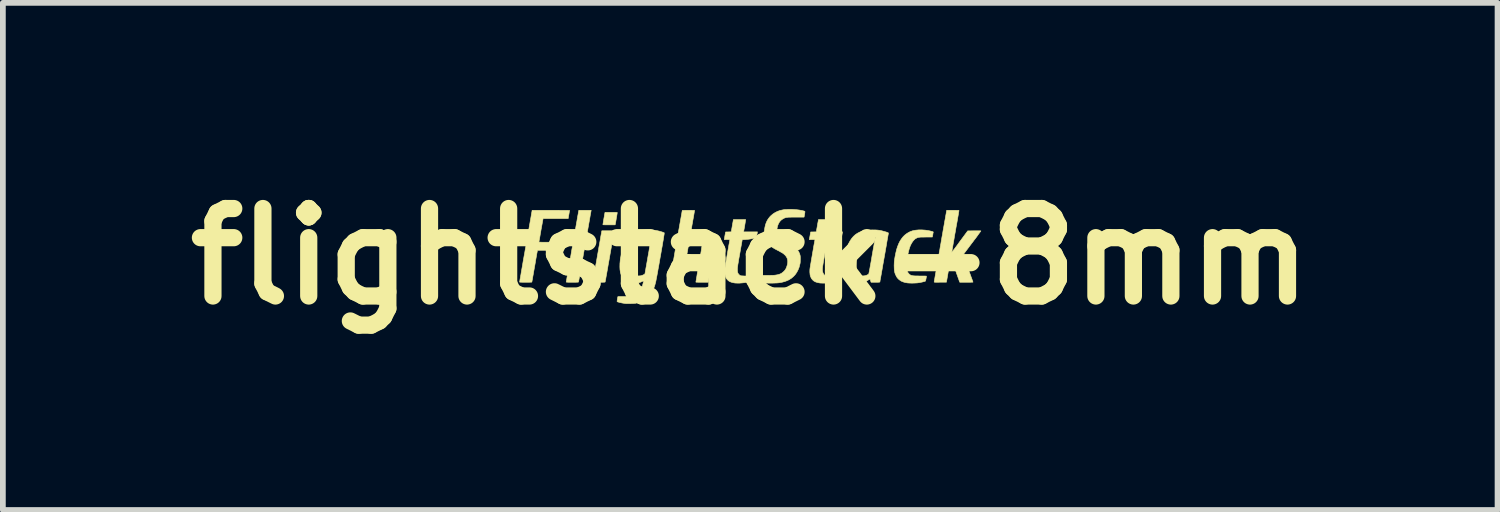
<source format=kicad_pcb>
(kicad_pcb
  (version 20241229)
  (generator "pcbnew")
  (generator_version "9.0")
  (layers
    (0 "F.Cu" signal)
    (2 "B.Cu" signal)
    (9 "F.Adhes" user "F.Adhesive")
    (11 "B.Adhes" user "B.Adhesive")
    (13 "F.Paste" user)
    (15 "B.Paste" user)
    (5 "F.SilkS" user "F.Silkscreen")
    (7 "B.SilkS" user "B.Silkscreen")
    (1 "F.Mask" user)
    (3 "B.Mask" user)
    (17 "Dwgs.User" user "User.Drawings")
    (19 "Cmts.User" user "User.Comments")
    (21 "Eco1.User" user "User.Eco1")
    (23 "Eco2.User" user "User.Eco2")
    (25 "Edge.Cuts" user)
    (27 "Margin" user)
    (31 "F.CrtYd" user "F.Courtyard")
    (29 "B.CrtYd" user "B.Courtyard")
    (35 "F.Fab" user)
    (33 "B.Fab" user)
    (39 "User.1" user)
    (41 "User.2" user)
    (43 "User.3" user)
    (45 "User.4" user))
  (footprint "flightstack-8mm"
    (layer "F.Cu")
    (at 10.022 1.418)
    (property "Reference" "flightstack-8mm" (at 0 0 0) (layer "F.SilkS") (effects (font (size 1.524 1.524) (thickness 0.3))))
    (attr through_hole)
    (fp_poly (pts (xy -2.399 -0.768) (xy -2.376 -0.768) (xy -2.355 -0.768) (xy -2.338 -0.767) (xy -2.326 -0.767) (xy -2.319 -0.766) (xy -2.317 -0.766) (xy -2.317 -0.763) (xy -2.318 -0.754) (xy -2.32 -0.74) (xy -2.323 -0.723) (xy -2.326 -0.703) (xy -2.33 -0.682) (xy -2.334 -0.66) (xy -2.337 -0.637) (xy -2.341 -0.616) (xy -2.344 -0.596) (xy -2.347 -0.58) (xy -2.35 -0.566) (xy -2.352 -0.558) (xy -2.352 -0.557) (xy -2.354 -0.55) (xy -2.459 -0.55) (xy -2.485 -0.55) (xy -2.508 -0.55) (xy -2.529 -0.55) (xy -2.545 -0.551) (xy -2.558 -0.551) (xy -2.565 -0.552) (xy -2.567 -0.552) (xy -2.566 -0.556) (xy -2.565 -0.565) (xy -2.563 -0.579) (xy -2.56 -0.596) (xy -2.557 -0.617) (xy -2.553 -0.64) (xy -2.549 -0.664) (xy -2.544 -0.69) (xy -2.54 -0.715) (xy -2.536 -0.738) (xy -2.532 -0.758) (xy -2.53 -0.768) (xy -2.424 -0.768) (xy -2.399 -0.768)) (stroke (width 0.01) (type solid)) (fill yes) (layer "F.SilkS"))
    (fp_poly (pts (xy -2.454 -0.447) (xy -2.43 -0.447) (xy -2.41 -0.446) (xy -2.393 -0.446) (xy -2.381 -0.445) (xy -2.373 -0.445) (xy -2.372 -0.445) (xy -2.372 -0.441) (xy -2.374 -0.432) (xy -2.376 -0.417) (xy -2.379 -0.397) (xy -2.384 -0.373) (xy -2.388 -0.345) (xy -2.394 -0.313) (xy -2.4 -0.277) (xy -2.407 -0.239) (xy -2.414 -0.198) (xy -2.421 -0.156) (xy -2.429 -0.112) (xy -2.437 -0.066) (xy -2.445 -0.021) (xy -2.453 0.025) (xy -2.461 0.071) (xy -2.469 0.116) (xy -2.477 0.16) (xy -2.484 0.203) (xy -2.491 0.243) (xy -2.498 0.281) (xy -2.504 0.316) (xy -2.51 0.348) (xy -2.515 0.376) (xy -2.519 0.4) (xy -2.523 0.419) (xy -2.526 0.433) (xy -2.527 0.442) (xy -2.528 0.445) (xy -2.529 0.446) (xy -2.531 0.447) (xy -2.535 0.448) (xy -2.541 0.449) (xy -2.551 0.449) (xy -2.564 0.45) (xy -2.581 0.45) (xy -2.604 0.45) (xy -2.632 0.45) (xy -2.636 0.45) (xy -2.662 0.45) (xy -2.685 0.45) (xy -2.705 0.449) (xy -2.722 0.449) (xy -2.734 0.448) (xy -2.741 0.448) (xy -2.743 0.447) (xy -2.742 0.444) (xy -2.74 0.435) (xy -2.738 0.42) (xy -2.734 0.4) (xy -2.73 0.376) (xy -2.725 0.347) (xy -2.72 0.315) (xy -2.713 0.279) (xy -2.707 0.241) (xy -2.7 0.2) (xy -2.692 0.158) (xy -2.684 0.114) (xy -2.676 0.069) (xy -2.668 0.023) (xy -2.66 -0.023) (xy -2.652 -0.069) (xy -2.644 -0.114) (xy -2.637 -0.158) (xy -2.629 -0.2) (xy -2.622 -0.24) (xy -2.615 -0.278) (xy -2.609 -0.313) (xy -2.604 -0.345) (xy -2.599 -0.373) (xy -2.594 -0.396) (xy -2.591 -0.415) (xy -2.589 -0.429) (xy -2.587 -0.437) (xy -2.587 -0.44) (xy -2.585 -0.447) (xy -2.479 -0.447) (xy -2.454 -0.447)) (stroke (width 0.01) (type solid)) (fill yes) (layer "F.SilkS"))
    (fp_poly (pts (xy -2.773 -0.795) (xy -2.774 -0.791) (xy -2.775 -0.781) (xy -2.778 -0.765) (xy -2.782 -0.744) (xy -2.787 -0.718) (xy -2.792 -0.687) (xy -2.798 -0.651) (xy -2.805 -0.612) (xy -2.813 -0.568) (xy -2.821 -0.521) (xy -2.83 -0.471) (xy -2.839 -0.417) (xy -2.849 -0.362) (xy -2.859 -0.304) (xy -2.87 -0.243) (xy -2.881 -0.182) (xy -2.882 -0.172) (xy -2.893 -0.11) (xy -2.904 -0.05) (xy -2.914 0.008) (xy -2.924 0.064) (xy -2.933 0.118) (xy -2.942 0.168) (xy -2.951 0.216) (xy -2.958 0.259) (xy -2.965 0.299) (xy -2.972 0.335) (xy -2.977 0.366) (xy -2.982 0.393) (xy -2.986 0.415) (xy -2.989 0.431) (xy -2.991 0.441) (xy -2.992 0.446) (xy -2.992 0.446) (xy -2.994 0.447) (xy -2.999 0.448) (xy -3.007 0.449) (xy -3.02 0.449) (xy -3.038 0.45) (xy -3.06 0.45) (xy -3.089 0.45) (xy -3.099 0.45) (xy -3.128 0.45) (xy -3.152 0.45) (xy -3.17 0.45) (xy -3.183 0.449) (xy -3.193 0.449) (xy -3.2 0.448) (xy -3.203 0.447) (xy -3.205 0.446) (xy -3.206 0.445) (xy -3.205 0.441) (xy -3.203 0.432) (xy -3.201 0.417) (xy -3.197 0.396) (xy -3.193 0.371) (xy -3.188 0.342) (xy -3.182 0.308) (xy -3.175 0.27) (xy -3.168 0.23) (xy -3.161 0.186) (xy -3.153 0.14) (xy -3.144 0.091) (xy -3.135 0.04) (xy -3.126 -0.011) (xy -3.117 -0.065) (xy -3.108 -0.118) (xy -3.098 -0.172) (xy -3.089 -0.227) (xy -3.079 -0.28) (xy -3.07 -0.333) (xy -3.061 -0.385) (xy -3.052 -0.436) (xy -3.043 -0.484) (xy -3.035 -0.531) (xy -3.028 -0.574) (xy -3.02 -0.615) (xy -3.014 -0.652) (xy -3.008 -0.686) (xy -3.003 -0.715) (xy -2.998 -0.74) (xy -2.995 -0.76) (xy -2.992 -0.775) (xy -2.99 -0.784) (xy -2.99 -0.787) (xy -2.986 -0.804) (xy -2.771 -0.804) (xy -2.773 -0.795)) (stroke (width 0.01) (type solid)) (fill yes) (layer "F.SilkS"))
    (fp_poly (pts (xy 3.05 -0.458) (xy 3.109 -0.449) (xy 3.128 -0.445) (xy 3.145 -0.441) (xy 3.161 -0.437) (xy 3.175 -0.433) (xy 3.184 -0.429) (xy 3.189 -0.427) (xy 3.189 -0.426) (xy 3.189 -0.423) (xy 3.188 -0.414) (xy 3.185 -0.403) (xy 3.183 -0.389) (xy 3.181 -0.375) (xy 3.178 -0.362) (xy 3.176 -0.352) (xy 3.175 -0.346) (xy 3.175 -0.345) (xy 3.173 -0.338) (xy 3.066 -0.338) (xy 3.033 -0.337) (xy 3.005 -0.337) (xy 2.982 -0.337) (xy 2.964 -0.336) (xy 2.948 -0.334) (xy 2.935 -0.332) (xy 2.924 -0.33) (xy 2.913 -0.326) (xy 2.903 -0.322) (xy 2.896 -0.318) (xy 2.873 -0.305) (xy 2.852 -0.285) (xy 2.831 -0.26) (xy 2.812 -0.23) (xy 2.794 -0.197) (xy 2.78 -0.161) (xy 2.77 -0.13) (xy 2.76 -0.093) (xy 2.751 -0.053) (xy 2.743 -0.012) (xy 2.735 0.031) (xy 2.73 0.072) (xy 2.726 0.111) (xy 2.724 0.146) (xy 2.723 0.161) (xy 2.724 0.197) (xy 2.728 0.228) (xy 2.735 0.254) (xy 2.745 0.276) (xy 2.758 0.295) (xy 2.769 0.307) (xy 2.778 0.315) (xy 2.787 0.321) (xy 2.797 0.327) (xy 2.808 0.331) (xy 2.821 0.334) (xy 2.838 0.337) (xy 2.857 0.339) (xy 2.881 0.34) (xy 2.909 0.34) (xy 2.943 0.341) (xy 2.965 0.341) (xy 2.996 0.341) (xy 3.02 0.341) (xy 3.039 0.341) (xy 3.053 0.342) (xy 3.063 0.343) (xy 3.068 0.343) (xy 3.07 0.345) (xy 3.071 0.345) (xy 3.07 0.352) (xy 3.068 0.363) (xy 3.066 0.376) (xy 3.063 0.391) (xy 3.06 0.405) (xy 3.057 0.417) (xy 3.055 0.426) (xy 3.053 0.43) (xy 3.048 0.432) (xy 3.038 0.436) (xy 3.024 0.439) (xy 3.008 0.444) (xy 2.989 0.448) (xy 2.97 0.452) (xy 2.951 0.456) (xy 2.935 0.458) (xy 2.915 0.461) (xy 2.89 0.463) (xy 2.862 0.464) (xy 2.833 0.465) (xy 2.804 0.465) (xy 2.778 0.464) (xy 2.754 0.463) (xy 2.737 0.461) (xy 2.707 0.456) (xy 2.677 0.448) (xy 2.649 0.438) (xy 2.626 0.427) (xy 2.624 0.425) (xy 2.612 0.417) (xy 2.598 0.407) (xy 2.584 0.395) (xy 2.579 0.39) (xy 2.567 0.377) (xy 2.557 0.364) (xy 2.549 0.351) (xy 2.54 0.333) (xy 2.53 0.312) (xy 2.522 0.291) (xy 2.517 0.271) (xy 2.513 0.249) (xy 2.51 0.224) (xy 2.509 0.195) (xy 2.509 0.189) (xy 2.508 0.159) (xy 2.509 0.131) (xy 2.51 0.104) (xy 2.513 0.075) (xy 2.517 0.044) (xy 2.523 0.008) (xy 2.524 0.002) (xy 2.537 -0.062) (xy 2.551 -0.121) (xy 2.568 -0.173) (xy 2.587 -0.221) (xy 2.609 -0.265) (xy 2.634 -0.304) (xy 2.661 -0.339) (xy 2.662 -0.34) (xy 2.688 -0.367) (xy 2.719 -0.392) (xy 2.753 -0.414) (xy 2.788 -0.432) (xy 2.822 -0.444) (xy 2.831 -0.447) (xy 2.882 -0.457) (xy 2.936 -0.462) (xy 2.992 -0.462) (xy 3.05 -0.458)) (stroke (width 0.01) (type solid)) (fill yes) (layer "F.SilkS"))
    (fp_poly (pts (xy -3.428 -0.804) (xy -3.385 -0.804) (xy -3.344 -0.804) (xy -3.306 -0.803) (xy -3.271 -0.803) (xy -3.239 -0.803) (xy -3.211 -0.803) (xy -3.188 -0.803) (xy -3.17 -0.802) (xy -3.157 -0.802) (xy -3.149 -0.802) (xy -3.148 -0.801) (xy -3.148 -0.798) (xy -3.15 -0.789) (xy -3.152 -0.775) (xy -3.155 -0.758) (xy -3.158 -0.738) (xy -3.16 -0.729) (xy -3.172 -0.659) (xy -3.609 -0.659) (xy -3.646 -0.456) (xy -3.652 -0.42) (xy -3.658 -0.387) (xy -3.663 -0.356) (xy -3.668 -0.328) (xy -3.672 -0.303) (xy -3.676 -0.283) (xy -3.679 -0.267) (xy -3.681 -0.256) (xy -3.681 -0.25) (xy -3.682 -0.25) (xy -3.678 -0.25) (xy -3.669 -0.249) (xy -3.655 -0.249) (xy -3.636 -0.248) (xy -3.613 -0.248) (xy -3.586 -0.248) (xy -3.557 -0.248) (xy -3.524 -0.248) (xy -3.5 -0.248) (xy -3.459 -0.248) (xy -3.425 -0.247) (xy -3.396 -0.247) (xy -3.373 -0.247) (xy -3.354 -0.247) (xy -3.34 -0.246) (xy -3.33 -0.246) (xy -3.323 -0.245) (xy -3.319 -0.244) (xy -3.318 -0.244) (xy -3.319 -0.239) (xy -3.32 -0.23) (xy -3.322 -0.216) (xy -3.325 -0.199) (xy -3.329 -0.179) (xy -3.329 -0.175) (xy -3.333 -0.156) (xy -3.336 -0.138) (xy -3.338 -0.124) (xy -3.34 -0.114) (xy -3.341 -0.109) (xy -3.341 -0.109) (xy -3.344 -0.108) (xy -3.353 -0.108) (xy -3.367 -0.107) (xy -3.386 -0.107) (xy -3.409 -0.107) (xy -3.436 -0.106) (xy -3.466 -0.106) (xy -3.498 -0.106) (xy -3.524 -0.106) (xy -3.707 -0.106) (xy -3.709 -0.099) (xy -3.709 -0.095) (xy -3.711 -0.085) (xy -3.714 -0.069) (xy -3.718 -0.049) (xy -3.722 -0.024) (xy -3.727 0.005) (xy -3.733 0.037) (xy -3.739 0.072) (xy -3.745 0.11) (xy -3.752 0.149) (xy -3.757 0.176) (xy -3.764 0.217) (xy -3.771 0.256) (xy -3.777 0.292) (xy -3.783 0.326) (xy -3.789 0.357) (xy -3.793 0.384) (xy -3.797 0.406) (xy -3.801 0.425) (xy -3.803 0.438) (xy -3.805 0.445) (xy -3.805 0.447) (xy -3.809 0.448) (xy -3.818 0.449) (xy -3.831 0.449) (xy -3.849 0.45) (xy -3.868 0.45) (xy -3.89 0.45) (xy -3.913 0.45) (xy -3.935 0.45) (xy -3.957 0.45) (xy -3.977 0.45) (xy -3.994 0.449) (xy -4.007 0.449) (xy -4.016 0.448) (xy -4.019 0.447) (xy -4.019 0.447) (xy -4.018 0.444) (xy -4.017 0.435) (xy -4.014 0.42) (xy -4.011 0.4) (xy -4.006 0.375) (xy -4.001 0.345) (xy -3.995 0.312) (xy -3.989 0.274) (xy -3.982 0.234) (xy -3.974 0.19) (xy -3.966 0.144) (xy -3.958 0.095) (xy -3.949 0.045) (xy -3.94 -0.007) (xy -3.93 -0.06) (xy -3.921 -0.114) (xy -3.911 -0.168) (xy -3.902 -0.223) (xy -3.892 -0.277) (xy -3.883 -0.33) (xy -3.874 -0.382) (xy -3.865 -0.433) (xy -3.856 -0.482) (xy -3.848 -0.529) (xy -3.84 -0.573) (xy -3.833 -0.614) (xy -3.826 -0.652) (xy -3.82 -0.687) (xy -3.815 -0.717) (xy -3.811 -0.743) (xy -3.807 -0.764) (xy -3.804 -0.78) (xy -3.802 -0.79) (xy -3.802 -0.793) (xy -3.8 -0.804) (xy -3.474 -0.804) (xy -3.428 -0.804)) (stroke (width 0.01) (type solid)) (fill yes) (layer "F.SilkS"))
    (fp_poly (pts (xy 3.556 -0.804) (xy 3.579 -0.804) (xy 3.599 -0.803) (xy 3.616 -0.803) (xy 3.629 -0.802) (xy 3.636 -0.802) (xy 3.637 -0.801) (xy 3.637 -0.798) (xy 3.636 -0.789) (xy 3.633 -0.774) (xy 3.63 -0.754) (xy 3.626 -0.729) (xy 3.621 -0.7) (xy 3.615 -0.667) (xy 3.609 -0.63) (xy 3.602 -0.591) (xy 3.594 -0.548) (xy 3.586 -0.504) (xy 3.578 -0.457) (xy 3.575 -0.437) (xy 3.566 -0.39) (xy 3.558 -0.344) (xy 3.551 -0.301) (xy 3.544 -0.26) (xy 3.537 -0.222) (xy 3.531 -0.187) (xy 3.526 -0.156) (xy 3.521 -0.13) (xy 3.517 -0.108) (xy 3.515 -0.09) (xy 3.513 -0.079) (xy 3.512 -0.073) (xy 3.512 -0.072) (xy 3.514 -0.074) (xy 3.519 -0.08) (xy 3.528 -0.092) (xy 3.539 -0.107) (xy 3.554 -0.125) (xy 3.57 -0.147) (xy 3.589 -0.172) (xy 3.609 -0.199) (xy 3.63 -0.228) (xy 3.651 -0.257) (xy 3.79 -0.445) (xy 3.903 -0.446) (xy 3.93 -0.446) (xy 3.954 -0.446) (xy 3.976 -0.446) (xy 3.994 -0.446) (xy 4.008 -0.446) (xy 4.016 -0.445) (xy 4.019 -0.445) (xy 4.018 -0.442) (xy 4.012 -0.434) (xy 4.004 -0.422) (xy 3.992 -0.406) (xy 3.978 -0.387) (xy 3.962 -0.364) (xy 3.943 -0.338) (xy 3.922 -0.31) (xy 3.899 -0.281) (xy 3.876 -0.249) (xy 3.864 -0.234) (xy 3.707 -0.025) (xy 3.795 0.21) (xy 3.809 0.247) (xy 3.822 0.282) (xy 3.834 0.316) (xy 3.845 0.346) (xy 3.855 0.374) (xy 3.864 0.397) (xy 3.871 0.417) (xy 3.877 0.432) (xy 3.88 0.443) (xy 3.882 0.447) (xy 3.882 0.448) (xy 3.878 0.448) (xy 3.869 0.449) (xy 3.855 0.449) (xy 3.837 0.45) (xy 3.815 0.45) (xy 3.79 0.45) (xy 3.766 0.45) (xy 3.652 0.45) (xy 3.646 0.436) (xy 3.644 0.431) (xy 3.64 0.42) (xy 3.635 0.404) (xy 3.627 0.384) (xy 3.619 0.36) (xy 3.609 0.332) (xy 3.598 0.302) (xy 3.587 0.269) (xy 3.574 0.235) (xy 3.569 0.219) (xy 3.556 0.185) (xy 3.545 0.152) (xy 3.534 0.122) (xy 3.524 0.095) (xy 3.515 0.072) (xy 3.508 0.052) (xy 3.502 0.036) (xy 3.498 0.026) (xy 3.496 0.02) (xy 3.495 0.02) (xy 3.494 0.024) (xy 3.493 0.033) (xy 3.49 0.048) (xy 3.486 0.068) (xy 3.482 0.092) (xy 3.477 0.119) (xy 3.472 0.15) (xy 3.466 0.183) (xy 3.46 0.218) (xy 3.456 0.236) (xy 3.419 0.449) (xy 3.312 0.449) (xy 3.283 0.45) (xy 3.26 0.45) (xy 3.242 0.45) (xy 3.229 0.45) (xy 3.219 0.449) (xy 3.212 0.449) (xy 3.208 0.448) (xy 3.206 0.447) (xy 3.206 0.445) (xy 3.206 0.444) (xy 3.206 0.44) (xy 3.208 0.43) (xy 3.21 0.415) (xy 3.214 0.395) (xy 3.218 0.37) (xy 3.223 0.34) (xy 3.229 0.306) (xy 3.236 0.268) (xy 3.243 0.228) (xy 3.25 0.184) (xy 3.258 0.137) (xy 3.267 0.088) (xy 3.276 0.038) (xy 3.285 -0.014) (xy 3.294 -0.067) (xy 3.304 -0.121) (xy 3.313 -0.176) (xy 3.323 -0.23) (xy 3.332 -0.284) (xy 3.341 -0.337) (xy 3.351 -0.389) (xy 3.359 -0.44) (xy 3.368 -0.489) (xy 3.376 -0.535) (xy 3.384 -0.579) (xy 3.391 -0.62) (xy 3.398 -0.658) (xy 3.404 -0.692) (xy 3.409 -0.722) (xy 3.414 -0.747) (xy 3.417 -0.768) (xy 3.42 -0.783) (xy 3.422 -0.793) (xy 3.423 -0.797) (xy 3.424 -0.804) (xy 3.53 -0.804) (xy 3.556 -0.804)) (stroke (width 0.01) (type solid)) (fill yes) (layer "F.SilkS"))
    (fp_poly (pts (xy 1.321 -0.643) (xy 1.344 -0.643) (xy 1.365 -0.642) (xy 1.382 -0.642) (xy 1.394 -0.642) (xy 1.401 -0.641) (xy 1.403 -0.641) (xy 1.402 -0.637) (xy 1.401 -0.628) (xy 1.399 -0.615) (xy 1.396 -0.598) (xy 1.393 -0.578) (xy 1.39 -0.556) (xy 1.386 -0.534) (xy 1.382 -0.511) (xy 1.378 -0.49) (xy 1.375 -0.47) (xy 1.372 -0.453) (xy 1.369 -0.44) (xy 1.369 -0.438) (xy 1.367 -0.428) (xy 1.608 -0.428) (xy 1.606 -0.418) (xy 1.605 -0.411) (xy 1.603 -0.399) (xy 1.6 -0.384) (xy 1.597 -0.368) (xy 1.597 -0.368) (xy 1.59 -0.328) (xy 1.573 -0.323) (xy 1.535 -0.313) (xy 1.493 -0.305) (xy 1.449 -0.299) (xy 1.405 -0.295) (xy 1.386 -0.294) (xy 1.369 -0.293) (xy 1.357 -0.292) (xy 1.35 -0.291) (xy 1.345 -0.289) (xy 1.343 -0.287) (xy 1.342 -0.285) (xy 1.341 -0.279) (xy 1.339 -0.268) (xy 1.336 -0.252) (xy 1.332 -0.231) (xy 1.328 -0.206) (xy 1.323 -0.178) (xy 1.318 -0.148) (xy 1.312 -0.116) (xy 1.306 -0.083) (xy 1.301 -0.049) (xy 1.295 -0.015) (xy 1.289 0.019) (xy 1.283 0.051) (xy 1.278 0.081) (xy 1.273 0.108) (xy 1.269 0.133) (xy 1.266 0.153) (xy 1.263 0.169) (xy 1.261 0.18) (xy 1.261 0.184) (xy 1.258 0.218) (xy 1.259 0.249) (xy 1.264 0.275) (xy 1.273 0.298) (xy 1.285 0.316) (xy 1.301 0.329) (xy 1.32 0.337) (xy 1.322 0.337) (xy 1.33 0.338) (xy 1.343 0.339) (xy 1.36 0.34) (xy 1.381 0.34) (xy 1.405 0.341) (xy 1.423 0.341) (xy 1.446 0.341) (xy 1.466 0.341) (xy 1.483 0.341) (xy 1.496 0.341) (xy 1.505 0.342) (xy 1.508 0.342) (xy 1.507 0.349) (xy 1.505 0.359) (xy 1.503 0.373) (xy 1.5 0.387) (xy 1.496 0.402) (xy 1.493 0.415) (xy 1.49 0.425) (xy 1.488 0.431) (xy 1.488 0.431) (xy 1.481 0.434) (xy 1.47 0.438) (xy 1.455 0.442) (xy 1.438 0.447) (xy 1.421 0.45) (xy 1.415 0.452) (xy 1.376 0.458) (xy 1.336 0.462) (xy 1.297 0.465) (xy 1.26 0.465) (xy 1.226 0.464) (xy 1.202 0.461) (xy 1.165 0.453) (xy 1.133 0.442) (xy 1.106 0.426) (xy 1.084 0.406) (xy 1.066 0.382) (xy 1.053 0.354) (xy 1.046 0.334) (xy 1.043 0.318) (xy 1.041 0.297) (xy 1.039 0.274) (xy 1.039 0.25) (xy 1.04 0.226) (xy 1.042 0.209) (xy 1.043 0.202) (xy 1.045 0.189) (xy 1.048 0.171) (xy 1.051 0.149) (xy 1.056 0.123) (xy 1.061 0.094) (xy 1.066 0.062) (xy 1.072 0.028) (xy 1.078 -0.006) (xy 1.084 -0.042) (xy 1.09 -0.077) (xy 1.096 -0.111) (xy 1.102 -0.145) (xy 1.107 -0.176) (xy 1.112 -0.204) (xy 1.117 -0.23) (xy 1.121 -0.251) (xy 1.124 -0.268) (xy 1.126 -0.28) (xy 1.127 -0.285) (xy 1.127 -0.288) (xy 1.127 -0.29) (xy 1.124 -0.291) (xy 1.118 -0.292) (xy 1.109 -0.293) (xy 1.094 -0.293) (xy 1.079 -0.293) (xy 1.03 -0.294) (xy 1.042 -0.36) (xy 1.053 -0.426) (xy 1.102 -0.427) (xy 1.121 -0.427) (xy 1.134 -0.428) (xy 1.143 -0.428) (xy 1.148 -0.429) (xy 1.151 -0.431) (xy 1.152 -0.433) (xy 1.153 -0.435) (xy 1.154 -0.44) (xy 1.155 -0.45) (xy 1.158 -0.465) (xy 1.161 -0.484) (xy 1.165 -0.506) (xy 1.169 -0.529) (xy 1.17 -0.535) (xy 1.174 -0.559) (xy 1.178 -0.582) (xy 1.182 -0.601) (xy 1.185 -0.617) (xy 1.187 -0.629) (xy 1.188 -0.635) (xy 1.188 -0.636) (xy 1.19 -0.643) (xy 1.296 -0.643) (xy 1.321 -0.643)) (stroke (width 0.01) (type solid)) (fill yes) (layer "F.SilkS"))
    (fp_poly (pts (xy 2.157 -0.461) (xy 2.184 -0.461) (xy 2.207 -0.46) (xy 2.227 -0.458) (xy 2.236 -0.457) (xy 2.255 -0.454) (xy 2.276 -0.45) (xy 2.298 -0.445) (xy 2.32 -0.439) (xy 2.342 -0.433) (xy 2.362 -0.427) (xy 2.379 -0.422) (xy 2.393 -0.416) (xy 2.403 -0.412) (xy 2.408 -0.408) (xy 2.408 -0.407) (xy 2.408 -0.404) (xy 2.406 -0.394) (xy 2.404 -0.379) (xy 2.4 -0.36) (xy 2.396 -0.335) (xy 2.391 -0.307) (xy 2.385 -0.274) (xy 2.379 -0.239) (xy 2.373 -0.201) (xy 2.366 -0.161) (xy 2.358 -0.118) (xy 2.351 -0.075) (xy 2.343 -0.03) (xy 2.335 0.015) (xy 2.327 0.06) (xy 2.319 0.105) (xy 2.311 0.148) (xy 2.304 0.191) (xy 2.297 0.232) (xy 2.29 0.27) (xy 2.284 0.306) (xy 2.278 0.339) (xy 2.273 0.368) (xy 2.268 0.394) (xy 2.264 0.414) (xy 2.262 0.43) (xy 2.26 0.441) (xy 2.259 0.446) (xy 2.259 0.446) (xy 2.257 0.447) (xy 2.251 0.448) (xy 2.242 0.449) (xy 2.227 0.45) (xy 2.208 0.45) (xy 2.183 0.45) (xy 2.182 0.45) (xy 2.106 0.45) (xy 2.097 0.423) (xy 2.093 0.411) (xy 2.089 0.401) (xy 2.086 0.396) (xy 2.084 0.395) (xy 2.08 0.397) (xy 2.072 0.402) (xy 2.061 0.408) (xy 2.056 0.412) (xy 2.027 0.429) (xy 2 0.443) (xy 1.975 0.452) (xy 1.948 0.459) (xy 1.918 0.463) (xy 1.884 0.465) (xy 1.884 0.465) (xy 1.862 0.465) (xy 1.846 0.465) (xy 1.832 0.464) (xy 1.819 0.463) (xy 1.806 0.46) (xy 1.771 0.45) (xy 1.74 0.434) (xy 1.713 0.414) (xy 1.689 0.389) (xy 1.67 0.359) (xy 1.655 0.324) (xy 1.643 0.284) (xy 1.635 0.238) (xy 1.633 0.22) (xy 1.631 0.181) (xy 1.632 0.16) (xy 1.848 0.16) (xy 1.848 0.161) (xy 1.849 0.201) (xy 1.853 0.235) (xy 1.86 0.264) (xy 1.869 0.288) (xy 1.882 0.307) (xy 1.897 0.321) (xy 1.916 0.331) (xy 1.929 0.336) (xy 1.954 0.34) (xy 1.981 0.339) (xy 2 0.336) (xy 2.015 0.332) (xy 2.031 0.326) (xy 2.046 0.319) (xy 2.058 0.312) (xy 2.064 0.307) (xy 2.066 0.303) (xy 2.068 0.294) (xy 2.071 0.28) (xy 2.075 0.26) (xy 2.08 0.234) (xy 2.086 0.203) (xy 2.092 0.167) (xy 2.1 0.124) (xy 2.109 0.075) (xy 2.118 0.02) (xy 2.123 -0.01) (xy 2.131 -0.054) (xy 2.138 -0.096) (xy 2.145 -0.136) (xy 2.152 -0.174) (xy 2.158 -0.208) (xy 2.163 -0.239) (xy 2.168 -0.267) (xy 2.172 -0.289) (xy 2.175 -0.308) (xy 2.178 -0.32) (xy 2.179 -0.327) (xy 2.179 -0.329) (xy 2.181 -0.338) (xy 2.133 -0.338) (xy 2.098 -0.336) (xy 2.068 -0.333) (xy 2.042 -0.327) (xy 2.02 -0.319) (xy 2 -0.307) (xy 1.983 -0.292) (xy 1.981 -0.29) (xy 1.961 -0.267) (xy 1.942 -0.241) (xy 1.926 -0.212) (xy 1.911 -0.178) (xy 1.898 -0.139) (xy 1.885 -0.096) (xy 1.874 -0.046) (xy 1.867 -0.01) (xy 1.86 0.032) (xy 1.854 0.068) (xy 1.851 0.101) (xy 1.849 0.131) (xy 1.848 0.16) (xy 1.632 0.16) (xy 1.632 0.138) (xy 1.636 0.091) (xy 1.642 0.04) (xy 1.651 -0.013) (xy 1.662 -0.066) (xy 1.675 -0.115) (xy 1.689 -0.159) (xy 1.705 -0.201) (xy 1.717 -0.228) (xy 1.742 -0.274) (xy 1.769 -0.314) (xy 1.799 -0.349) (xy 1.832 -0.379) (xy 1.869 -0.404) (xy 1.91 -0.425) (xy 1.956 -0.441) (xy 2.007 -0.454) (xy 2.016 -0.456) (xy 2.031 -0.458) (xy 2.051 -0.459) (xy 2.075 -0.46) (xy 2.102 -0.461) (xy 2.13 -0.462) (xy 2.157 -0.461)) (stroke (width 0.01) (type solid)) (fill yes) (layer "F.SilkS"))
    (fp_poly (pts (xy -0.161 -0.643) (xy -0.138 -0.643) (xy -0.117 -0.642) (xy -0.101 -0.642) (xy -0.088 -0.642) (xy -0.081 -0.641) (xy -0.079 -0.641) (xy -0.08 -0.637) (xy -0.081 -0.628) (xy -0.083 -0.615) (xy -0.086 -0.598) (xy -0.089 -0.578) (xy -0.093 -0.556) (xy -0.096 -0.534) (xy -0.1 -0.511) (xy -0.104 -0.489) (xy -0.108 -0.469) (xy -0.111 -0.452) (xy -0.114 -0.438) (xy -0.114 -0.436) (xy -0.116 -0.428) (xy 0.126 -0.428) (xy 0.124 -0.418) (xy 0.123 -0.411) (xy 0.121 -0.399) (xy 0.118 -0.384) (xy 0.115 -0.368) (xy 0.115 -0.368) (xy 0.108 -0.328) (xy 0.09 -0.323) (xy 0.052 -0.313) (xy 0.011 -0.305) (xy -0.033 -0.299) (xy -0.077 -0.295) (xy -0.096 -0.294) (xy -0.113 -0.293) (xy -0.125 -0.292) (xy -0.133 -0.291) (xy -0.137 -0.289) (xy -0.139 -0.287) (xy -0.14 -0.285) (xy -0.141 -0.281) (xy -0.143 -0.271) (xy -0.145 -0.255) (xy -0.149 -0.235) (xy -0.153 -0.211) (xy -0.158 -0.183) (xy -0.164 -0.151) (xy -0.17 -0.117) (xy -0.176 -0.081) (xy -0.182 -0.048) (xy -0.19 -0.004) (xy -0.197 0.035) (xy -0.203 0.068) (xy -0.207 0.096) (xy -0.211 0.12) (xy -0.215 0.141) (xy -0.217 0.158) (xy -0.219 0.172) (xy -0.221 0.184) (xy -0.222 0.195) (xy -0.223 0.204) (xy -0.223 0.212) (xy -0.223 0.22) (xy -0.223 0.222) (xy -0.223 0.247) (xy -0.221 0.267) (xy -0.217 0.283) (xy -0.211 0.297) (xy -0.202 0.309) (xy -0.194 0.317) (xy -0.188 0.323) (xy -0.181 0.329) (xy -0.174 0.333) (xy -0.166 0.336) (xy -0.155 0.338) (xy -0.142 0.339) (xy -0.124 0.34) (xy -0.103 0.341) (xy -0.076 0.341) (xy -0.059 0.341) (xy -0.037 0.341) (xy -0.016 0.341) (xy 0.001 0.341) (xy 0.014 0.341) (xy 0.023 0.341) (xy 0.026 0.342) (xy 0.025 0.349) (xy 0.023 0.361) (xy 0.02 0.374) (xy 0.017 0.389) (xy 0.014 0.404) (xy 0.011 0.416) (xy 0.008 0.426) (xy 0.006 0.431) (xy 0.006 0.431) (xy -0.001 0.434) (xy -0.013 0.438) (xy -0.027 0.442) (xy -0.044 0.447) (xy -0.061 0.45) (xy -0.068 0.452) (xy -0.106 0.458) (xy -0.146 0.462) (xy -0.185 0.465) (xy -0.222 0.465) (xy -0.256 0.464) (xy -0.28 0.461) (xy -0.317 0.453) (xy -0.348 0.442) (xy -0.375 0.427) (xy -0.396 0.408) (xy -0.414 0.386) (xy -0.423 0.369) (xy -0.434 0.338) (xy -0.441 0.304) (xy -0.444 0.265) (xy -0.442 0.223) (xy -0.44 0.203) (xy -0.439 0.196) (xy -0.437 0.184) (xy -0.434 0.167) (xy -0.431 0.145) (xy -0.427 0.12) (xy -0.422 0.091) (xy -0.416 0.061) (xy -0.411 0.028) (xy -0.405 -0.006) (xy -0.399 -0.041) (xy -0.393 -0.076) (xy -0.387 -0.11) (xy -0.381 -0.143) (xy -0.376 -0.173) (xy -0.371 -0.202) (xy -0.366 -0.227) (xy -0.362 -0.249) (xy -0.359 -0.266) (xy -0.357 -0.278) (xy -0.355 -0.285) (xy -0.355 -0.285) (xy -0.355 -0.288) (xy -0.356 -0.29) (xy -0.358 -0.291) (xy -0.364 -0.292) (xy -0.374 -0.293) (xy -0.388 -0.293) (xy -0.403 -0.293) (xy -0.452 -0.294) (xy -0.441 -0.36) (xy -0.429 -0.426) (xy -0.38 -0.427) (xy -0.362 -0.427) (xy -0.348 -0.428) (xy -0.339 -0.428) (xy -0.334 -0.429) (xy -0.331 -0.431) (xy -0.33 -0.433) (xy -0.33 -0.435) (xy -0.329 -0.44) (xy -0.327 -0.45) (xy -0.324 -0.465) (xy -0.321 -0.484) (xy -0.317 -0.506) (xy -0.313 -0.529) (xy -0.312 -0.535) (xy -0.308 -0.559) (xy -0.304 -0.582) (xy -0.3 -0.601) (xy -0.298 -0.617) (xy -0.295 -0.629) (xy -0.294 -0.635) (xy -0.294 -0.636) (xy -0.292 -0.643) (xy -0.187 -0.643) (xy -0.161 -0.643)) (stroke (width 0.01) (type solid)) (fill yes) (layer "F.SilkS"))
    (fp_poly (pts (xy -1.052 -0.804) (xy -1.028 -0.804) (xy -1.008 -0.803) (xy -0.991 -0.803) (xy -0.979 -0.802) (xy -0.972 -0.802) (xy -0.97 -0.801) (xy -0.97 -0.798) (xy -0.972 -0.789) (xy -0.974 -0.774) (xy -0.977 -0.756) (xy -0.981 -0.733) (xy -0.985 -0.708) (xy -0.99 -0.68) (xy -0.994 -0.658) (xy -1 -0.626) (xy -1.005 -0.594) (xy -1.011 -0.563) (xy -1.016 -0.535) (xy -1.02 -0.509) (xy -1.024 -0.487) (xy -1.027 -0.47) (xy -1.028 -0.464) (xy -1.037 -0.413) (xy -1.007 -0.428) (xy -0.988 -0.437) (xy -0.966 -0.445) (xy -0.946 -0.452) (xy -0.944 -0.452) (xy -0.932 -0.455) (xy -0.921 -0.458) (xy -0.911 -0.459) (xy -0.899 -0.46) (xy -0.884 -0.461) (xy -0.865 -0.461) (xy -0.85 -0.461) (xy -0.817 -0.46) (xy -0.788 -0.458) (xy -0.763 -0.455) (xy -0.741 -0.45) (xy -0.721 -0.443) (xy -0.708 -0.437) (xy -0.683 -0.422) (xy -0.661 -0.402) (xy -0.643 -0.377) (xy -0.629 -0.348) (xy -0.62 -0.316) (xy -0.616 -0.28) (xy -0.616 -0.242) (xy -0.617 -0.227) (xy -0.618 -0.22) (xy -0.62 -0.208) (xy -0.623 -0.191) (xy -0.626 -0.169) (xy -0.631 -0.143) (xy -0.636 -0.113) (xy -0.641 -0.08) (xy -0.647 -0.044) (xy -0.654 -0.006) (xy -0.661 0.033) (xy -0.667 0.073) (xy -0.674 0.114) (xy -0.681 0.154) (xy -0.688 0.194) (xy -0.695 0.233) (xy -0.701 0.27) (xy -0.708 0.305) (xy -0.713 0.338) (xy -0.718 0.366) (xy -0.723 0.392) (xy -0.726 0.412) (xy -0.729 0.428) (xy -0.731 0.439) (xy -0.732 0.441) (xy -0.734 0.45) (xy -0.839 0.45) (xy -0.865 0.45) (xy -0.888 0.45) (xy -0.908 0.45) (xy -0.925 0.449) (xy -0.938 0.449) (xy -0.945 0.448) (xy -0.946 0.448) (xy -0.946 0.444) (xy -0.945 0.435) (xy -0.942 0.42) (xy -0.939 0.4) (xy -0.935 0.376) (xy -0.93 0.347) (xy -0.925 0.314) (xy -0.919 0.279) (xy -0.912 0.24) (xy -0.905 0.198) (xy -0.897 0.155) (xy -0.892 0.124) (xy -0.882 0.066) (xy -0.873 0.014) (xy -0.865 -0.032) (xy -0.858 -0.072) (xy -0.852 -0.107) (xy -0.848 -0.137) (xy -0.844 -0.162) (xy -0.841 -0.183) (xy -0.838 -0.199) (xy -0.837 -0.211) (xy -0.836 -0.22) (xy -0.836 -0.223) (xy -0.838 -0.25) (xy -0.845 -0.274) (xy -0.856 -0.295) (xy -0.858 -0.298) (xy -0.874 -0.313) (xy -0.893 -0.325) (xy -0.916 -0.333) (xy -0.942 -0.337) (xy -0.968 -0.336) (xy -0.994 -0.332) (xy -1.02 -0.324) (xy -1.038 -0.314) (xy -1.056 -0.304) (xy -1.122 0.072) (xy -1.188 0.449) (xy -1.295 0.449) (xy -1.324 0.45) (xy -1.347 0.45) (xy -1.365 0.45) (xy -1.379 0.45) (xy -1.389 0.449) (xy -1.395 0.449) (xy -1.399 0.448) (xy -1.401 0.447) (xy -1.402 0.445) (xy -1.402 0.443) (xy -1.401 0.44) (xy -1.4 0.43) (xy -1.397 0.415) (xy -1.394 0.394) (xy -1.389 0.369) (xy -1.384 0.339) (xy -1.378 0.305) (xy -1.372 0.268) (xy -1.365 0.227) (xy -1.357 0.183) (xy -1.349 0.136) (xy -1.34 0.087) (xy -1.331 0.037) (xy -1.322 -0.015) (xy -1.313 -0.069) (xy -1.304 -0.123) (xy -1.294 -0.177) (xy -1.285 -0.231) (xy -1.275 -0.285) (xy -1.266 -0.339) (xy -1.257 -0.391) (xy -1.248 -0.442) (xy -1.239 -0.49) (xy -1.231 -0.537) (xy -1.223 -0.581) (xy -1.216 -0.622) (xy -1.209 -0.66) (xy -1.203 -0.694) (xy -1.198 -0.723) (xy -1.193 -0.749) (xy -1.19 -0.769) (xy -1.187 -0.785) (xy -1.185 -0.794) (xy -1.184 -0.798) (xy -1.184 -0.8) (xy -1.182 -0.801) (xy -1.178 -0.802) (xy -1.172 -0.803) (xy -1.163 -0.803) (xy -1.15 -0.803) (xy -1.132 -0.804) (xy -1.11 -0.804) (xy -1.082 -0.804) (xy -1.077 -0.804) (xy -1.052 -0.804)) (stroke (width 0.01) (type solid)) (fill yes) (layer "F.SilkS"))
    (fp_poly (pts (xy 0.732 -0.819) (xy 0.77 -0.817) (xy 0.807 -0.814) (xy 0.841 -0.81) (xy 0.855 -0.808) (xy 0.873 -0.805) (xy 0.891 -0.802) (xy 0.909 -0.798) (xy 0.926 -0.794) (xy 0.939 -0.79) (xy 0.949 -0.787) (xy 0.953 -0.785) (xy 0.953 -0.781) (xy 0.953 -0.771) (xy 0.951 -0.758) (xy 0.949 -0.743) (xy 0.946 -0.726) (xy 0.943 -0.709) (xy 0.94 -0.693) (xy 0.94 -0.692) (xy 0.938 -0.685) (xy 0.801 -0.685) (xy 0.763 -0.685) (xy 0.732 -0.685) (xy 0.705 -0.684) (xy 0.683 -0.684) (xy 0.665 -0.683) (xy 0.65 -0.681) (xy 0.637 -0.68) (xy 0.626 -0.678) (xy 0.616 -0.675) (xy 0.606 -0.672) (xy 0.596 -0.668) (xy 0.595 -0.668) (xy 0.564 -0.651) (xy 0.536 -0.63) (xy 0.513 -0.605) (xy 0.494 -0.574) (xy 0.48 -0.54) (xy 0.47 -0.5) (xy 0.466 -0.475) (xy 0.465 -0.443) (xy 0.468 -0.416) (xy 0.477 -0.39) (xy 0.491 -0.365) (xy 0.511 -0.34) (xy 0.515 -0.336) (xy 0.527 -0.324) (xy 0.539 -0.313) (xy 0.553 -0.302) (xy 0.568 -0.292) (xy 0.586 -0.281) (xy 0.608 -0.268) (xy 0.634 -0.254) (xy 0.657 -0.242) (xy 0.688 -0.226) (xy 0.714 -0.211) (xy 0.736 -0.197) (xy 0.755 -0.184) (xy 0.773 -0.17) (xy 0.789 -0.154) (xy 0.8 -0.143) (xy 0.826 -0.112) (xy 0.847 -0.078) (xy 0.863 -0.04) (xy 0.865 -0.032) (xy 0.868 -0.023) (xy 0.87 -0.014) (xy 0.872 -0.004) (xy 0.872 0.008) (xy 0.873 0.023) (xy 0.873 0.042) (xy 0.873 0.048) (xy 0.872 0.072) (xy 0.872 0.091) (xy 0.871 0.107) (xy 0.869 0.121) (xy 0.866 0.136) (xy 0.865 0.137) (xy 0.852 0.189) (xy 0.833 0.236) (xy 0.81 0.279) (xy 0.783 0.318) (xy 0.751 0.352) (xy 0.715 0.382) (xy 0.675 0.407) (xy 0.669 0.41) (xy 0.633 0.426) (xy 0.595 0.439) (xy 0.554 0.45) (xy 0.508 0.458) (xy 0.493 0.46) (xy 0.472 0.462) (xy 0.448 0.463) (xy 0.421 0.464) (xy 0.392 0.465) (xy 0.363 0.465) (xy 0.335 0.465) (xy 0.31 0.465) (xy 0.288 0.464) (xy 0.273 0.463) (xy 0.249 0.46) (xy 0.224 0.457) (xy 0.2 0.454) (xy 0.176 0.45) (xy 0.154 0.445) (xy 0.135 0.441) (xy 0.119 0.437) (xy 0.108 0.433) (xy 0.101 0.43) (xy 0.101 0.429) (xy 0.101 0.424) (xy 0.102 0.414) (xy 0.104 0.399) (xy 0.107 0.382) (xy 0.11 0.362) (xy 0.114 0.34) (xy 0.114 0.34) (xy 0.116 0.331) (xy 0.26 0.331) (xy 0.299 0.331) (xy 0.332 0.331) (xy 0.36 0.33) (xy 0.383 0.33) (xy 0.402 0.329) (xy 0.418 0.328) (xy 0.43 0.327) (xy 0.437 0.326) (xy 0.474 0.32) (xy 0.505 0.312) (xy 0.532 0.301) (xy 0.555 0.287) (xy 0.577 0.269) (xy 0.591 0.256) (xy 0.608 0.236) (xy 0.621 0.216) (xy 0.631 0.194) (xy 0.639 0.172) (xy 0.65 0.134) (xy 0.654 0.099) (xy 0.653 0.066) (xy 0.645 0.036) (xy 0.632 0.009) (xy 0.613 -0.017) (xy 0.589 -0.039) (xy 0.58 -0.047) (xy 0.57 -0.054) (xy 0.558 -0.062) (xy 0.544 -0.07) (xy 0.527 -0.079) (xy 0.507 -0.091) (xy 0.482 -0.104) (xy 0.466 -0.112) (xy 0.425 -0.134) (xy 0.391 -0.155) (xy 0.361 -0.176) (xy 0.336 -0.196) (xy 0.315 -0.217) (xy 0.298 -0.238) (xy 0.283 -0.261) (xy 0.276 -0.273) (xy 0.26 -0.311) (xy 0.25 -0.352) (xy 0.246 -0.396) (xy 0.247 -0.442) (xy 0.247 -0.45) (xy 0.255 -0.502) (xy 0.265 -0.548) (xy 0.28 -0.591) (xy 0.298 -0.629) (xy 0.321 -0.664) (xy 0.348 -0.697) (xy 0.363 -0.711) (xy 0.397 -0.74) (xy 0.434 -0.764) (xy 0.474 -0.784) (xy 0.518 -0.8) (xy 0.568 -0.811) (xy 0.572 -0.812) (xy 0.596 -0.816) (xy 0.626 -0.818) (xy 0.659 -0.819) (xy 0.695 -0.819) (xy 0.732 -0.819)) (stroke (width 0.01) (type solid)) (fill yes) (layer "F.SilkS"))
    (fp_poly (pts (xy -1.688 -0.459) (xy -1.637 -0.452) (xy -1.587 -0.441) (xy -1.543 -0.428) (xy -1.527 -0.423) (xy -1.514 -0.418) (xy -1.504 -0.414) (xy -1.499 -0.412) (xy -1.499 -0.412) (xy -1.498 -0.41) (xy -1.498 -0.407) (xy -1.498 -0.402) (xy -1.499 -0.395) (xy -1.5 -0.385) (xy -1.502 -0.372) (xy -1.505 -0.356) (xy -1.508 -0.336) (xy -1.512 -0.312) (xy -1.516 -0.284) (xy -1.522 -0.252) (xy -1.528 -0.215) (xy -1.535 -0.173) (xy -1.544 -0.125) (xy -1.553 -0.072) (xy -1.563 -0.013) (xy -1.566 0.000374) (xy -1.577 0.064) (xy -1.587 0.122) (xy -1.596 0.174) (xy -1.605 0.221) (xy -1.612 0.263) (xy -1.619 0.301) (xy -1.625 0.334) (xy -1.631 0.363) (xy -1.636 0.389) (xy -1.64 0.412) (xy -1.644 0.432) (xy -1.648 0.45) (xy -1.652 0.465) (xy -1.656 0.479) (xy -1.659 0.492) (xy -1.662 0.503) (xy -1.666 0.514) (xy -1.669 0.525) (xy -1.67 0.527) (xy -1.691 0.58) (xy -1.716 0.627) (xy -1.744 0.669) (xy -1.775 0.706) (xy -1.81 0.737) (xy -1.849 0.764) (xy -1.893 0.786) (xy -1.94 0.803) (xy -1.992 0.815) (xy -1.993 0.816) (xy -2.007 0.817) (xy -2.026 0.819) (xy -2.049 0.82) (xy -2.073 0.821) (xy -2.099 0.822) (xy -2.124 0.822) (xy -2.147 0.822) (xy -2.166 0.821) (xy -2.18 0.82) (xy -2.198 0.817) (xy -2.218 0.814) (xy -2.239 0.81) (xy -2.26 0.805) (xy -2.279 0.801) (xy -2.296 0.796) (xy -2.309 0.792) (xy -2.317 0.789) (xy -2.319 0.788) (xy -2.319 0.784) (xy -2.319 0.775) (xy -2.317 0.763) (xy -2.315 0.749) (xy -2.313 0.735) (xy -2.31 0.721) (xy -2.308 0.709) (xy -2.307 0.703) (xy -2.306 0.702) (xy -2.304 0.701) (xy -2.3 0.7) (xy -2.294 0.699) (xy -2.285 0.698) (xy -2.272 0.698) (xy -2.255 0.698) (xy -2.233 0.698) (xy -2.205 0.698) (xy -2.197 0.698) (xy -2.17 0.698) (xy -2.144 0.697) (xy -2.121 0.697) (xy -2.1 0.696) (xy -2.084 0.696) (xy -2.073 0.695) (xy -2.068 0.694) (xy -2.031 0.685) (xy -1.997 0.671) (xy -1.966 0.651) (xy -1.939 0.627) (xy -1.916 0.596) (xy -1.897 0.561) (xy -1.887 0.539) (xy -1.883 0.527) (xy -1.878 0.512) (xy -1.873 0.494) (xy -1.869 0.477) (xy -1.864 0.46) (xy -1.861 0.446) (xy -1.859 0.435) (xy -1.858 0.43) (xy -1.859 0.428) (xy -1.862 0.428) (xy -1.869 0.43) (xy -1.88 0.435) (xy -1.886 0.438) (xy -1.907 0.447) (xy -1.926 0.454) (xy -1.944 0.459) (xy -1.964 0.462) (xy -1.986 0.464) (xy -2.012 0.464) (xy -2.018 0.464) (xy -2.039 0.464) (xy -2.056 0.464) (xy -2.069 0.463) (xy -2.08 0.461) (xy -2.091 0.459) (xy -2.098 0.457) (xy -2.134 0.445) (xy -2.165 0.429) (xy -2.191 0.41) (xy -2.213 0.387) (xy -2.214 0.385) (xy -2.234 0.353) (xy -2.25 0.316) (xy -2.262 0.275) (xy -2.269 0.229) (xy -2.271 0.183) (xy -2.055 0.183) (xy -2.052 0.222) (xy -2.045 0.256) (xy -2.042 0.268) (xy -2.031 0.293) (xy -2.016 0.312) (xy -1.997 0.326) (xy -1.974 0.336) (xy -1.948 0.34) (xy -1.919 0.339) (xy -1.903 0.336) (xy -1.89 0.332) (xy -1.875 0.327) (xy -1.861 0.321) (xy -1.849 0.314) (xy -1.84 0.308) (xy -1.835 0.303) (xy -1.835 0.303) (xy -1.834 0.299) (xy -1.832 0.289) (xy -1.829 0.274) (xy -1.826 0.254) (xy -1.821 0.23) (xy -1.817 0.203) (xy -1.811 0.172) (xy -1.805 0.138) (xy -1.799 0.103) (xy -1.792 0.065) (xy -1.786 0.027) (xy -1.779 -0.012) (xy -1.772 -0.051) (xy -1.765 -0.09) (xy -1.759 -0.127) (xy -1.753 -0.163) (xy -1.747 -0.197) (xy -1.741 -0.228) (xy -1.736 -0.257) (xy -1.732 -0.282) (xy -1.729 -0.302) (xy -1.726 -0.318) (xy -1.724 -0.329) (xy -1.723 -0.334) (xy -1.723 -0.334) (xy -1.725 -0.336) (xy -1.731 -0.337) (xy -1.741 -0.337) (xy -1.756 -0.337) (xy -1.777 -0.337) (xy -1.78 -0.337) (xy -1.803 -0.336) (xy -1.82 -0.335) (xy -1.833 -0.334) (xy -1.844 -0.332) (xy -1.854 -0.33) (xy -1.859 -0.328) (xy -1.887 -0.316) (xy -1.913 -0.298) (xy -1.936 -0.275) (xy -1.958 -0.245) (xy -1.977 -0.21) (xy -1.995 -0.169) (xy -2.01 -0.122) (xy -2.022 -0.077) (xy -2.035 -0.017) (xy -2.045 0.039) (xy -2.051 0.092) (xy -2.055 0.14) (xy -2.055 0.183) (xy -2.271 0.183) (xy -2.271 0.178) (xy -2.27 0.123) (xy -2.264 0.063) (xy -2.26 0.037) (xy -2.247 -0.033) (xy -2.232 -0.098) (xy -2.214 -0.156) (xy -2.194 -0.209) (xy -2.172 -0.256) (xy -2.147 -0.298) (xy -2.119 -0.334) (xy -2.088 -0.365) (xy -2.069 -0.381) (xy -2.034 -0.404) (xy -1.998 -0.423) (xy -1.959 -0.438) (xy -1.916 -0.449) (xy -1.87 -0.457) (xy -1.819 -0.461) (xy -1.8 -0.462) (xy -1.742 -0.462) (xy -1.688 -0.459)) (stroke (width 0.01) (type solid)) (fill yes) (layer "F.SilkS")))
  (gr_rect
    (start -3 -3)
    (end 23.044 5.836)
    (stroke (width 0.1) (type default))
    (fill no)
    (layer "Edge.Cuts")))
</source>
